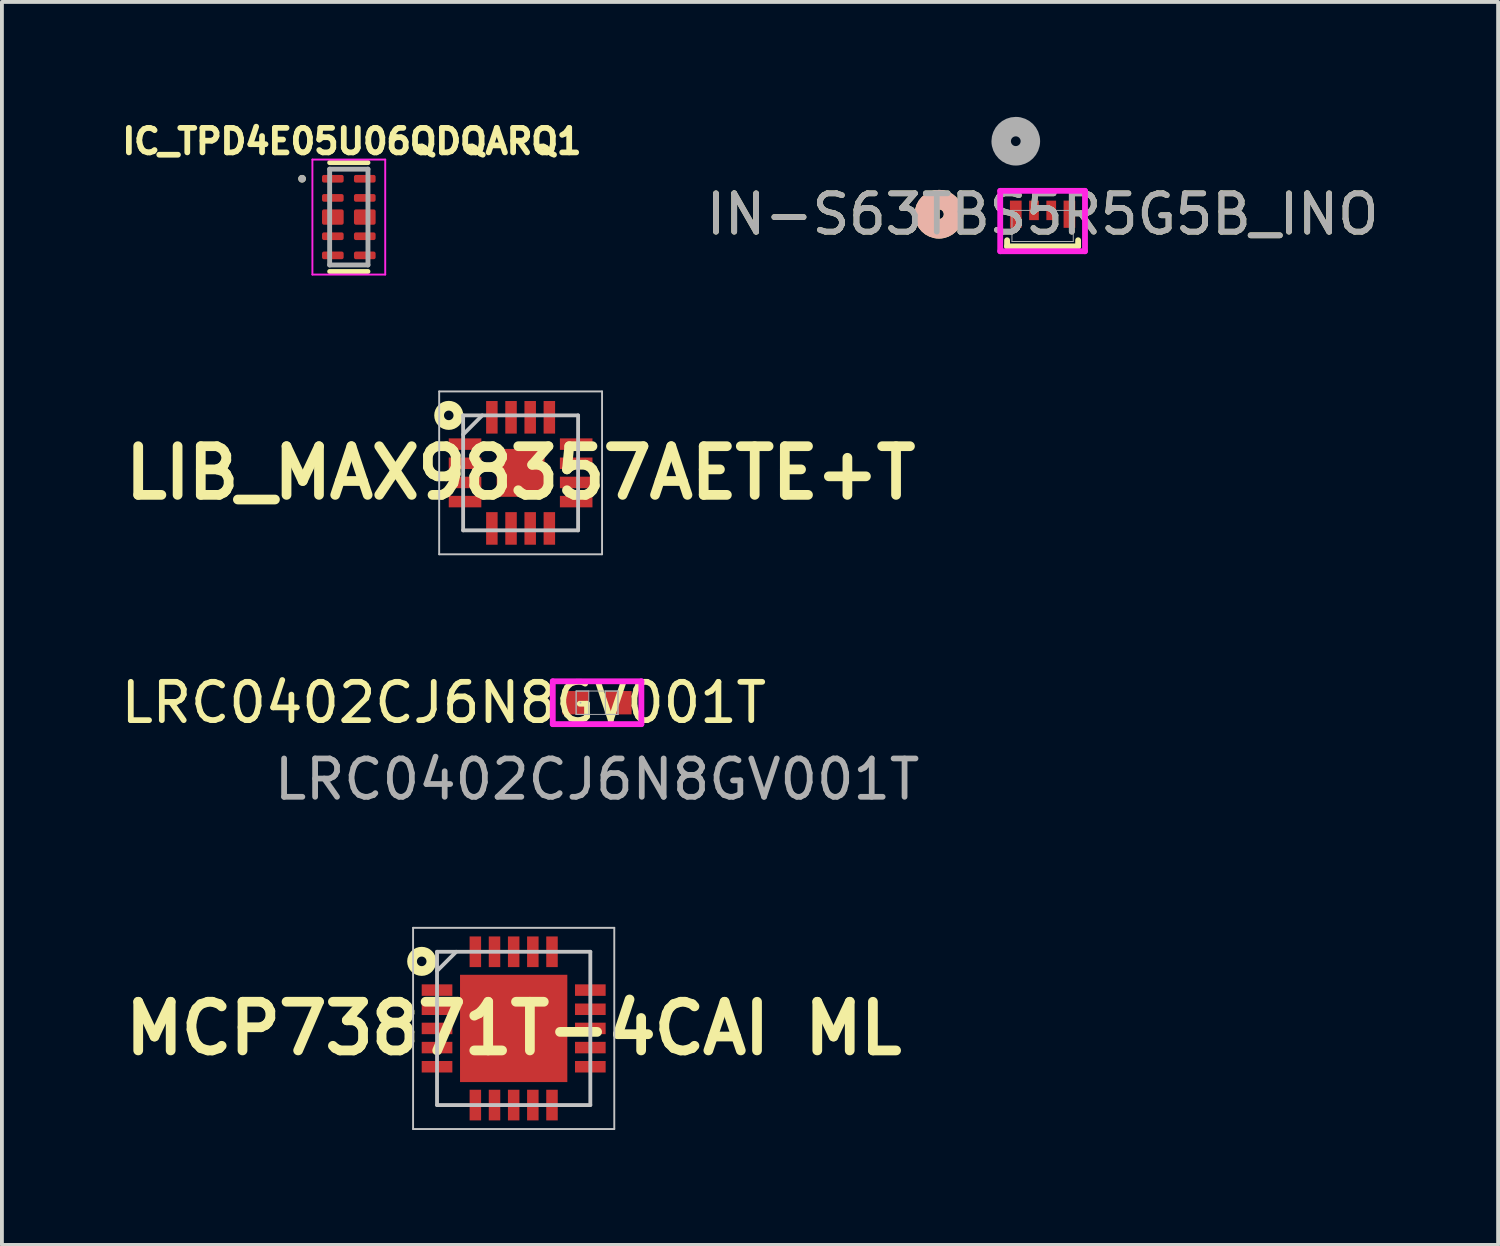
<source format=kicad_pcb>
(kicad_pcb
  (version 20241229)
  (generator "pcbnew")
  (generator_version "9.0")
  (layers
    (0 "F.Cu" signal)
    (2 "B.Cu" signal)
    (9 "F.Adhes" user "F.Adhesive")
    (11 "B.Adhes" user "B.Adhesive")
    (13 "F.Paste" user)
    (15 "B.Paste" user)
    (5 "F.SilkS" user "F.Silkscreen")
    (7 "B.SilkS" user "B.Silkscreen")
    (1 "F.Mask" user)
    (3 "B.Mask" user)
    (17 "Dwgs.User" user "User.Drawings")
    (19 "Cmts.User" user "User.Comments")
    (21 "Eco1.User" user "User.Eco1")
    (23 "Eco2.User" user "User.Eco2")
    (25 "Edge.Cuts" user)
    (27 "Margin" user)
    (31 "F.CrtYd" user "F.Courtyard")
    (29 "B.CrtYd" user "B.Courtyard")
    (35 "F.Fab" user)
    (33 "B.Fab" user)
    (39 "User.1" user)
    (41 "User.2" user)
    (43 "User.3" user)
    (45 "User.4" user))
  (footprint "IN-S63TBS5R5G5B_INO"
    (layer "F.Cu")
    (at 24.156 2.846)
    (property "Reference" "IN-S63TBS5R5G5B_INO" (at 0 -0.306 0) (unlocked yes) (layer "F.SilkS") (effects (font (size 1 1) (thickness 0.15))))
    (attr smd)
    (fp_line (start -0.927 0.373) (end -0.927 0.533) (stroke (width 0.152) (type solid)) (layer "F.SilkS"))
    (fp_line (start -0.927 0.533) (end 0.927 0.533) (stroke (width 0.152) (type solid)) (layer "F.SilkS"))
    (fp_line (start 0.927 0.533) (end 0.927 0.373) (stroke (width 0.152) (type solid)) (layer "F.SilkS"))
    (fp_circle (center -2.705 -0.306) (end -2.324 -0.306) (stroke (width 0.508) (type solid)) (fill no) (layer "F.SilkS"))
    (fp_circle (center -2.705 -0.306) (end -2.324 -0.306) (stroke (width 0.508) (type solid)) (fill no) (layer "B.SilkS"))
    (fp_line (start -1.106 -0.916) (end -1.106 0.66) (stroke (width 0.152) (type solid)) (layer "F.CrtYd"))
    (fp_line (start -1.106 0.66) (end 1.106 0.66) (stroke (width 0.152) (type solid)) (layer "F.CrtYd"))
    (fp_line (start 1.106 -0.916) (end -1.106 -0.916) (stroke (width 0.152) (type solid)) (layer "F.CrtYd"))
    (fp_line (start 1.106 0.66) (end 1.106 -0.916) (stroke (width 0.152) (type solid)) (layer "F.CrtYd"))
    (fp_line (start -0.8 -0.406) (end -0.8 0.406) (stroke (width 0.025) (type solid)) (layer "F.Fab"))
    (fp_line (start -0.8 0.406) (end 0.8 0.406) (stroke (width 0.025) (type solid)) (layer "F.Fab"))
    (fp_line (start 0.8 -0.406) (end -0.8 -0.406) (stroke (width 0.025) (type solid)) (layer "F.Fab"))
    (fp_line (start 0.8 0.406) (end 0.8 -0.406) (stroke (width 0.025) (type solid)) (layer "F.Fab"))
    (fp_circle (center -0.7 -2.211) (end -0.319 -2.211) (stroke (width 0.508) (type solid)) (fill no) (layer "F.Fab"))
    (fp_text user "${REFERENCE}" (at 0 -0.306 0) (unlocked yes) (layer "F.Fab") (effects (font (size 1 1) (thickness 0.15))))
    (pad "1" smd rect (at -0.7 -0.306) (size 0.305 0.711) (layers "F.Cu" "F.Mask" "F.Paste"))
    (pad "2" smd rect (at -0.225 -0.406) (size 0.254 0.508) (layers "F.Cu" "F.Mask" "F.Paste"))
    (pad "3" smd rect (at 0.225 -0.406) (size 0.254 0.508) (layers "F.Cu" "F.Mask" "F.Paste"))
    (pad "4" smd rect (at 0.7 -0.306) (size 0.305 0.711) (layers "F.Cu" "F.Mask" "F.Paste")))
  (footprint "IC_TPD4E05U06QDQARQ1"
    (layer "F.Cu")
    (at 6.052 2.614)
    (property "Reference" "IC_TPD4E05U06QDQARQ1" (at 0.082 -1.976 0) (layer "F.SilkS") (effects (font (size 0.64 0.64) (thickness 0.15))))
    (attr smd)
    (fp_poly (pts (xy -0.77 -1.17) (xy -0.065 -1.17) (xy -0.065 -0.83) (xy -0.77 -0.83)) (stroke (width 0.01) (type solid)) (fill yes) (layer "F.Mask"))
    (fp_poly (pts (xy -0.77 -0.67) (xy -0.065 -0.67) (xy -0.065 -0.33) (xy -0.77 -0.33)) (stroke (width 0.01) (type solid)) (fill yes) (layer "F.Mask"))
    (fp_poly (pts (xy -0.77 -0.27) (xy -0.065 -0.27) (xy -0.065 0.27) (xy -0.77 0.27)) (stroke (width 0.01) (type solid)) (fill yes) (layer "F.Mask"))
    (fp_poly (pts (xy -0.77 0.33) (xy -0.065 0.33) (xy -0.065 0.67) (xy -0.77 0.67)) (stroke (width 0.01) (type solid)) (fill yes) (layer "F.Mask"))
    (fp_poly (pts (xy -0.77 0.83) (xy -0.065 0.83) (xy -0.065 1.17) (xy -0.77 1.17)) (stroke (width 0.01) (type solid)) (fill yes) (layer "F.Mask"))
    (fp_poly (pts (xy 0.065 -1.17) (xy 0.77 -1.17) (xy 0.77 -0.83) (xy 0.065 -0.83)) (stroke (width 0.01) (type solid)) (fill yes) (layer "F.Mask"))
    (fp_poly (pts (xy 0.065 -0.67) (xy 0.77 -0.67) (xy 0.77 -0.33) (xy 0.065 -0.33)) (stroke (width 0.01) (type solid)) (fill yes) (layer "F.Mask"))
    (fp_poly (pts (xy 0.065 -0.27) (xy 0.77 -0.27) (xy 0.77 0.27) (xy 0.065 0.27)) (stroke (width 0.01) (type solid)) (fill yes) (layer "F.Mask"))
    (fp_poly (pts (xy 0.065 0.33) (xy 0.77 0.33) (xy 0.77 0.67) (xy 0.065 0.67)) (stroke (width 0.01) (type solid)) (fill yes) (layer "F.Mask"))
    (fp_poly (pts (xy 0.065 0.83) (xy 0.77 0.83) (xy 0.77 1.17) (xy 0.065 1.17)) (stroke (width 0.01) (type solid)) (fill yes) (layer "F.Mask"))
    (fp_line (start -0.5 -1.42) (end 0.5 -1.42) (stroke (width 0.127) (type solid)) (layer "F.SilkS"))
    (fp_line (start 0.5 1.42) (end -0.5 1.42) (stroke (width 0.127) (type solid)) (layer "F.SilkS"))
    (fp_circle (center -1.22 -1) (end -1.17 -1) (stroke (width 0.1) (type solid)) (fill no) (layer "F.SilkS"))
    (fp_poly (pts (xy -0.65 0.18) (xy -0.185 0.18) (xy -0.182 0.18) (xy -0.18 0.18) (xy -0.177 0.179) (xy -0.175 0.179) (xy -0.172 0.178) (xy -0.17 0.178) (xy -0.167 0.177) (xy -0.165 0.176) (xy -0.162 0.175) (xy -0.16 0.173) (xy -0.158 0.172) (xy -0.156 0.17) (xy -0.154 0.169) (xy -0.152 0.167) (xy -0.15 0.165) (xy -0.148 0.163) (xy -0.146 0.161) (xy -0.145 0.159) (xy -0.143 0.157) (xy -0.142 0.155) (xy -0.14 0.153) (xy -0.139 0.15) (xy -0.138 0.148) (xy -0.137 0.145) (xy -0.137 0.143) (xy -0.136 0.14) (xy -0.136 0.138) (xy -0.135 0.135) (xy -0.135 0.133) (xy -0.135 0.13) (xy -0.135 -0.133) (xy -0.135 -0.135) (xy -0.135 -0.137) (xy -0.136 -0.14) (xy -0.136 -0.142) (xy -0.137 -0.145) (xy -0.137 -0.147) (xy -0.138 -0.15) (xy -0.139 -0.152) (xy -0.14 -0.154) (xy -0.141 -0.156) (xy -0.143 -0.158) (xy -0.144 -0.16) (xy -0.146 -0.162) (xy -0.147 -0.164) (xy -0.149 -0.166) (xy -0.151 -0.168) (xy -0.153 -0.169) (xy -0.155 -0.171) (xy -0.157 -0.172) (xy -0.159 -0.174) (xy -0.161 -0.175) (xy -0.163 -0.176) (xy -0.165 -0.177) (xy -0.168 -0.178) (xy -0.17 -0.178) (xy -0.173 -0.179) (xy -0.175 -0.179) (xy -0.178 -0.18) (xy -0.18 -0.18) (xy -0.182 -0.18) (xy -0.65 -0.18) (xy -0.653 -0.18) (xy -0.655 -0.18) (xy -0.658 -0.179) (xy -0.66 -0.179) (xy -0.663 -0.178) (xy -0.665 -0.178) (xy -0.668 -0.177) (xy -0.67 -0.176) (xy -0.673 -0.175) (xy -0.675 -0.173) (xy -0.677 -0.172) (xy -0.679 -0.17) (xy -0.681 -0.169) (xy -0.683 -0.167) (xy -0.685 -0.165) (xy -0.687 -0.163) (xy -0.689 -0.161) (xy -0.69 -0.159) (xy -0.692 -0.157) (xy -0.693 -0.155) (xy -0.695 -0.153) (xy -0.696 -0.15) (xy -0.697 -0.148) (xy -0.698 -0.145) (xy -0.698 -0.143) (xy -0.699 -0.14) (xy -0.699 -0.138) (xy -0.7 -0.135) (xy -0.7 -0.133) (xy -0.7 -0.13) (xy -0.7 0.13) (xy -0.7 0.133) (xy -0.7 0.135) (xy -0.699 0.138) (xy -0.699 0.14) (xy -0.698 0.143) (xy -0.698 0.145) (xy -0.697 0.148) (xy -0.696 0.15) (xy -0.695 0.153) (xy -0.693 0.155) (xy -0.692 0.157) (xy -0.69 0.159) (xy -0.689 0.161) (xy -0.687 0.163) (xy -0.685 0.165) (xy -0.683 0.167) (xy -0.681 0.169) (xy -0.679 0.17) (xy -0.677 0.172) (xy -0.675 0.173) (xy -0.673 0.175) (xy -0.67 0.176) (xy -0.668 0.177) (xy -0.665 0.178) (xy -0.663 0.178) (xy -0.66 0.179) (xy -0.658 0.179) (xy -0.655 0.18) (xy -0.653 0.18) (xy -0.65 0.18)) (stroke (width 0.01) (type solid)) (fill yes) (layer "F.Paste"))
    (fp_poly (pts (xy 0.185 0.18) (xy 0.65 0.18) (xy 0.653 0.18) (xy 0.655 0.18) (xy 0.658 0.179) (xy 0.66 0.179) (xy 0.663 0.178) (xy 0.665 0.178) (xy 0.668 0.177) (xy 0.67 0.176) (xy 0.673 0.175) (xy 0.675 0.173) (xy 0.677 0.172) (xy 0.679 0.17) (xy 0.681 0.169) (xy 0.683 0.167) (xy 0.685 0.165) (xy 0.687 0.163) (xy 0.689 0.161) (xy 0.69 0.159) (xy 0.692 0.157) (xy 0.693 0.155) (xy 0.695 0.153) (xy 0.696 0.15) (xy 0.697 0.148) (xy 0.698 0.145) (xy 0.698 0.143) (xy 0.699 0.14) (xy 0.699 0.138) (xy 0.7 0.135) (xy 0.7 0.133) (xy 0.7 0.13) (xy 0.7 -0.133) (xy 0.7 -0.135) (xy 0.7 -0.137) (xy 0.699 -0.14) (xy 0.699 -0.142) (xy 0.698 -0.145) (xy 0.698 -0.147) (xy 0.697 -0.15) (xy 0.696 -0.152) (xy 0.695 -0.154) (xy 0.694 -0.156) (xy 0.692 -0.158) (xy 0.691 -0.16) (xy 0.689 -0.162) (xy 0.688 -0.164) (xy 0.686 -0.166) (xy 0.684 -0.168) (xy 0.682 -0.169) (xy 0.68 -0.171) (xy 0.678 -0.172) (xy 0.676 -0.174) (xy 0.674 -0.175) (xy 0.672 -0.176) (xy 0.67 -0.177) (xy 0.667 -0.178) (xy 0.665 -0.178) (xy 0.662 -0.179) (xy 0.66 -0.179) (xy 0.657 -0.18) (xy 0.655 -0.18) (xy 0.652 -0.18) (xy 0.185 -0.18) (xy 0.182 -0.18) (xy 0.18 -0.18) (xy 0.177 -0.179) (xy 0.175 -0.179) (xy 0.172 -0.178) (xy 0.17 -0.178) (xy 0.167 -0.177) (xy 0.165 -0.176) (xy 0.162 -0.175) (xy 0.16 -0.173) (xy 0.158 -0.172) (xy 0.156 -0.17) (xy 0.154 -0.169) (xy 0.152 -0.167) (xy 0.15 -0.165) (xy 0.148 -0.163) (xy 0.146 -0.161) (xy 0.145 -0.159) (xy 0.143 -0.157) (xy 0.142 -0.155) (xy 0.14 -0.153) (xy 0.139 -0.15) (xy 0.138 -0.148) (xy 0.137 -0.145) (xy 0.137 -0.143) (xy 0.136 -0.14) (xy 0.136 -0.138) (xy 0.135 -0.135) (xy 0.135 -0.133) (xy 0.135 -0.13) (xy 0.135 0.13) (xy 0.135 0.133) (xy 0.135 0.135) (xy 0.136 0.138) (xy 0.136 0.14) (xy 0.137 0.143) (xy 0.137 0.145) (xy 0.138 0.148) (xy 0.139 0.15) (xy 0.14 0.153) (xy 0.142 0.155) (xy 0.143 0.157) (xy 0.145 0.159) (xy 0.146 0.161) (xy 0.148 0.163) (xy 0.15 0.165) (xy 0.152 0.167) (xy 0.154 0.169) (xy 0.156 0.17) (xy 0.158 0.172) (xy 0.16 0.173) (xy 0.162 0.175) (xy 0.165 0.176) (xy 0.167 0.177) (xy 0.17 0.178) (xy 0.172 0.178) (xy 0.175 0.179) (xy 0.177 0.179) (xy 0.18 0.18) (xy 0.182 0.18) (xy 0.185 0.18)) (stroke (width 0.01) (type solid)) (fill yes) (layer "F.Paste"))
    (fp_line (start -0.95 -1.5) (end 0.95 -1.5) (stroke (width 0.05) (type solid)) (layer "F.CrtYd"))
    (fp_line (start -0.95 1.5) (end -0.95 -1.5) (stroke (width 0.05) (type solid)) (layer "F.CrtYd"))
    (fp_line (start 0.95 -1.5) (end 0.95 1.5) (stroke (width 0.05) (type solid)) (layer "F.CrtYd"))
    (fp_line (start 0.95 1.5) (end -0.95 1.5) (stroke (width 0.05) (type solid)) (layer "F.CrtYd"))
    (fp_line (start -0.5 -1.25) (end 0.5 -1.25) (stroke (width 0.127) (type solid)) (layer "F.Fab"))
    (fp_line (start -0.5 1.25) (end -0.5 -1.25) (stroke (width 0.127) (type solid)) (layer "F.Fab"))
    (fp_line (start 0.5 -1.25) (end 0.5 1.25) (stroke (width 0.127) (type solid)) (layer "F.Fab"))
    (fp_line (start 0.5 1.25) (end -0.5 1.25) (stroke (width 0.127) (type solid)) (layer "F.Fab"))
    (fp_circle (center -1.22 -1) (end -1.17 -1) (stroke (width 0.1) (type solid)) (fill no) (layer "F.Fab"))
    (pad "1" smd roundrect (at -0.417 -1) (size 0.565 0.2) (layers "F.Cu" "F.Paste") (roundrect_rratio 0.25))
    (pad "2" smd roundrect (at -0.417 -0.5) (size 0.565 0.2) (layers "F.Cu" "F.Paste") (roundrect_rratio 0.25))
    (pad "3" smd roundrect (at -0.417 0) (size 0.565 0.4) (layers "F.Cu") (roundrect_rratio 0.125))
    (pad "4" smd roundrect (at -0.417 0.5) (size 0.565 0.2) (layers "F.Cu" "F.Paste") (roundrect_rratio 0.25))
    (pad "5" smd roundrect (at -0.417 1) (size 0.565 0.2) (layers "F.Cu" "F.Paste") (roundrect_rratio 0.25))
    (pad "6" smd roundrect (at 0.417 1) (size 0.565 0.2) (layers "F.Cu" "F.Paste") (roundrect_rratio 0.25))
    (pad "7" smd roundrect (at 0.417 0.5) (size 0.565 0.2) (layers "F.Cu" "F.Paste") (roundrect_rratio 0.25))
    (pad "8" smd roundrect (at 0.417 0) (size 0.565 0.4) (layers "F.Cu") (roundrect_rratio 0.125))
    (pad "9" smd roundrect (at 0.417 -0.5) (size 0.565 0.2) (layers "F.Cu" "F.Paste") (roundrect_rratio 0.25))
    (pad "10" smd roundrect (at 0.417 -1) (size 0.565 0.2) (layers "F.Cu" "F.Paste") (roundrect_rratio 0.25)))
  (footprint "LIB_MAX98357AETE+T"
    (layer "F.Cu")
    (at 10.535 9.289)
    (property "Reference" "LIB_MAX98357AETE+T" (at 0 0 0) (layer "F.SilkS") (effects (font (size 1.27 1.27) (thickness 0.254))))
    (attr smd)
    (fp_circle (center -1.875 -1.5) (end -1.75 -1.5) (stroke (width 0.254) (type solid)) (fill no) (layer "F.SilkS"))
    (fp_line (start -2.125 -2.125) (end 2.125 -2.125) (stroke (width 0.05) (type solid)) (layer "Dwgs.User"))
    (fp_line (start -2.125 2.125) (end -2.125 -2.125) (stroke (width 0.05) (type solid)) (layer "Dwgs.User"))
    (fp_line (start -1.5 -1.5) (end 1.5 -1.5) (stroke (width 0.1) (type solid)) (layer "Dwgs.User"))
    (fp_line (start -1.5 -1) (end -1 -1.5) (stroke (width 0.1) (type solid)) (layer "Dwgs.User"))
    (fp_line (start -1.5 1.5) (end -1.5 -1.5) (stroke (width 0.1) (type solid)) (layer "Dwgs.User"))
    (fp_line (start 1.5 -1.5) (end 1.5 1.5) (stroke (width 0.1) (type solid)) (layer "Dwgs.User"))
    (fp_line (start 1.5 1.5) (end -1.5 1.5) (stroke (width 0.1) (type solid)) (layer "Dwgs.User"))
    (fp_line (start 2.125 -2.125) (end 2.125 2.125) (stroke (width 0.05) (type solid)) (layer "Dwgs.User"))
    (fp_line (start 2.125 2.125) (end -2.125 2.125) (stroke (width 0.05) (type solid)) (layer "Dwgs.User"))
    (pad "1" smd rect (at -1.45 -0.75 90) (size 0.3 0.85) (layers "F.Cu" "F.Mask" "F.Paste"))
    (pad "2" smd rect (at -1.45 -0.25 90) (size 0.3 0.85) (layers "F.Cu" "F.Mask" "F.Paste"))
    (pad "3" smd rect (at -1.45 0.25 90) (size 0.3 0.85) (layers "F.Cu" "F.Mask" "F.Paste"))
    (pad "4" smd rect (at -1.45 0.75 90) (size 0.3 0.85) (layers "F.Cu" "F.Mask" "F.Paste"))
    (pad "5" smd rect (at -0.75 1.45) (size 0.3 0.85) (layers "F.Cu" "F.Mask" "F.Paste"))
    (pad "6" smd rect (at -0.25 1.45) (size 0.3 0.85) (layers "F.Cu" "F.Mask" "F.Paste"))
    (pad "7" smd rect (at 0.25 1.45) (size 0.3 0.85) (layers "F.Cu" "F.Mask" "F.Paste"))
    (pad "8" smd rect (at 0.75 1.45) (size 0.3 0.85) (layers "F.Cu" "F.Mask" "F.Paste"))
    (pad "9" smd rect (at 1.45 0.75 90) (size 0.3 0.85) (layers "F.Cu" "F.Mask" "F.Paste"))
    (pad "10" smd rect (at 1.45 0.25 90) (size 0.3 0.85) (layers "F.Cu" "F.Mask" "F.Paste"))
    (pad "11" smd rect (at 1.45 -0.25 90) (size 0.3 0.85) (layers "F.Cu" "F.Mask" "F.Paste"))
    (pad "12" smd rect (at 1.45 -0.75 90) (size 0.3 0.85) (layers "F.Cu" "F.Mask" "F.Paste"))
    (pad "13" smd rect (at 0.75 -1.45) (size 0.3 0.85) (layers "F.Cu" "F.Mask" "F.Paste"))
    (pad "14" smd rect (at 0.25 -1.45) (size 0.3 0.85) (layers "F.Cu" "F.Mask" "F.Paste"))
    (pad "15" smd rect (at -0.25 -1.45) (size 0.3 0.85) (layers "F.Cu" "F.Mask" "F.Paste"))
    (pad "16" smd rect (at -0.75 -1.45) (size 0.3 0.85) (layers "F.Cu" "F.Mask" "F.Paste"))
    (pad "17" smd rect (at 0 0) (size 1.25 1.25) (layers "F.Cu" "F.Mask" "F.Paste")))
  (footprint "MCP73871T-4CAI ML"
    (layer "F.Cu")
    (at 10.354 23.786)
    (property "Reference" "MCP73871T-4CAI ML" (at 0 0 0) (layer "F.SilkS") (effects (font (size 1.27 1.27) (thickness 0.254))))
    (attr smd)
    (fp_circle (center -2.4 -1.75) (end -2.275 -1.75) (stroke (width 0.254) (type solid)) (fill no) (layer "F.SilkS"))
    (fp_line (start -2.625 -2.625) (end 2.625 -2.625) (stroke (width 0.05) (type solid)) (layer "Dwgs.User"))
    (fp_line (start -2.625 2.625) (end -2.625 -2.625) (stroke (width 0.05) (type solid)) (layer "Dwgs.User"))
    (fp_line (start -2 -2) (end 2 -2) (stroke (width 0.1) (type solid)) (layer "Dwgs.User"))
    (fp_line (start -2 -1.5) (end -1.5 -2) (stroke (width 0.1) (type solid)) (layer "Dwgs.User"))
    (fp_line (start -2 2) (end -2 -2) (stroke (width 0.1) (type solid)) (layer "Dwgs.User"))
    (fp_line (start 2 -2) (end 2 2) (stroke (width 0.1) (type solid)) (layer "Dwgs.User"))
    (fp_line (start 2 2) (end -2 2) (stroke (width 0.1) (type solid)) (layer "Dwgs.User"))
    (fp_line (start 2.625 -2.625) (end 2.625 2.625) (stroke (width 0.05) (type solid)) (layer "Dwgs.User"))
    (fp_line (start 2.625 2.625) (end -2.625 2.625) (stroke (width 0.05) (type solid)) (layer "Dwgs.User"))
    (pad "1" smd rect (at -2 -1 90) (size 0.3 0.8) (layers "F.Cu" "F.Mask" "F.Paste"))
    (pad "2" smd rect (at -2 -0.5 90) (size 0.3 0.8) (layers "F.Cu" "F.Mask" "F.Paste"))
    (pad "3" smd rect (at -2 0 90) (size 0.3 0.8) (layers "F.Cu" "F.Mask" "F.Paste"))
    (pad "4" smd rect (at -2 0.5 90) (size 0.3 0.8) (layers "F.Cu" "F.Mask" "F.Paste"))
    (pad "5" smd rect (at -2 1 90) (size 0.3 0.8) (layers "F.Cu" "F.Mask" "F.Paste"))
    (pad "6" smd rect (at -1 2) (size 0.3 0.8) (layers "F.Cu" "F.Mask" "F.Paste"))
    (pad "7" smd rect (at -0.5 2) (size 0.3 0.8) (layers "F.Cu" "F.Mask" "F.Paste"))
    (pad "8" smd rect (at 0 2) (size 0.3 0.8) (layers "F.Cu" "F.Mask" "F.Paste"))
    (pad "9" smd rect (at 0.5 2) (size 0.3 0.8) (layers "F.Cu" "F.Mask" "F.Paste"))
    (pad "10" smd rect (at 1 2) (size 0.3 0.8) (layers "F.Cu" "F.Mask" "F.Paste"))
    (pad "11" smd rect (at 2 1 90) (size 0.3 0.8) (layers "F.Cu" "F.Mask" "F.Paste"))
    (pad "12" smd rect (at 2 0.5 90) (size 0.3 0.8) (layers "F.Cu" "F.Mask" "F.Paste"))
    (pad "13" smd rect (at 2 0 90) (size 0.3 0.8) (layers "F.Cu" "F.Mask" "F.Paste"))
    (pad "14" smd rect (at 2 -0.5 90) (size 0.3 0.8) (layers "F.Cu" "F.Mask" "F.Paste"))
    (pad "15" smd rect (at 2 -1 90) (size 0.3 0.8) (layers "F.Cu" "F.Mask" "F.Paste"))
    (pad "16" smd rect (at 1 -2) (size 0.3 0.8) (layers "F.Cu" "F.Mask" "F.Paste"))
    (pad "17" smd rect (at 0.5 -2) (size 0.3 0.8) (layers "F.Cu" "F.Mask" "F.Paste"))
    (pad "18" smd rect (at 0 -2) (size 0.3 0.8) (layers "F.Cu" "F.Mask" "F.Paste"))
    (pad "19" smd rect (at -0.5 -2) (size 0.3 0.8) (layers "F.Cu" "F.Mask" "F.Paste"))
    (pad "20" smd rect (at -1 -2) (size 0.3 0.8) (layers "F.Cu" "F.Mask" "F.Paste"))
    (pad "21" smd rect (at 0 0) (size 2.8 2.8) (layers "F.Cu" "F.Mask" "F.Paste")))
  (footprint "LRC0402CJ6N8GV001T"
    (layer "F.Cu")
    (at 12.53 15.287)
    (property "Reference" "LRC0402CJ6N8GV001T" (at -4 0 0) (unlocked yes) (layer "F.SilkS") (effects (font (size 1 1) (thickness 0.15))))
    (attr smd)
    (fp_line (start -1.156 -0.559) (end 1.156 -0.559) (stroke (width 0.152) (type solid)) (layer "F.CrtYd"))
    (fp_line (start -1.156 0.559) (end -1.156 -0.559) (stroke (width 0.152) (type solid)) (layer "F.CrtYd"))
    (fp_line (start 1.156 -0.559) (end 1.156 0.559) (stroke (width 0.152) (type solid)) (layer "F.CrtYd"))
    (fp_line (start 1.156 0.559) (end -1.156 0.559) (stroke (width 0.152) (type solid)) (layer "F.CrtYd"))
    (fp_line (start -0.546 -0.305) (end -0.546 0.305) (stroke (width 0.025) (type solid)) (layer "F.Fab"))
    (fp_line (start -0.546 -0.305) (end -0.546 0.305) (stroke (width 0.025) (type solid)) (layer "F.Fab"))
    (fp_line (start -0.546 0.305) (end -0.216 0.305) (stroke (width 0.025) (type solid)) (layer "F.Fab"))
    (fp_line (start -0.546 0.305) (end 0.546 0.305) (stroke (width 0.025) (type solid)) (layer "F.Fab"))
    (fp_line (start -0.216 -0.305) (end -0.546 -0.305) (stroke (width 0.025) (type solid)) (layer "F.Fab"))
    (fp_line (start -0.216 0.305) (end -0.216 -0.305) (stroke (width 0.025) (type solid)) (layer "F.Fab"))
    (fp_line (start 0.216 -0.305) (end 0.216 0.305) (stroke (width 0.025) (type solid)) (layer "F.Fab"))
    (fp_line (start 0.216 0.305) (end 0.546 0.305) (stroke (width 0.025) (type solid)) (layer "F.Fab"))
    (fp_line (start 0.546 -0.305) (end -0.546 -0.305) (stroke (width 0.025) (type solid)) (layer "F.Fab"))
    (fp_line (start 0.546 -0.305) (end 0.216 -0.305) (stroke (width 0.025) (type solid)) (layer "F.Fab"))
    (fp_line (start 0.546 0.305) (end 0.546 -0.305) (stroke (width 0.025) (type solid)) (layer "F.Fab"))
    (fp_line (start 0.546 0.305) (end 0.546 -0.305) (stroke (width 0.025) (type solid)) (layer "F.Fab"))
    (fp_circle (center -0.432 0) (end -0.432 0) (stroke (width 0.025) (type solid)) (fill no) (layer "F.Fab"))
    (fp_text user "${REFERENCE}" (at 0 2 0) (unlocked yes) (layer "F.Fab") (effects (font (size 1 1) (thickness 0.15))))
    (pad "1" smd rect (at -0.559 0) (size 0.686 0.61) (layers "F.Cu" "F.Mask" "F.Paste"))
    (pad "2" smd rect (at 0.559 0) (size 0.686 0.61) (layers "F.Cu" "F.Mask" "F.Paste"))
    (zone (net_name "") (layer "F.Cu") (hatch full 0.508) (connect_pads) (min_thickness 0.254) (filled_areas_thickness no) (keepout (tracks not_allowed) (vias not_allowed) (pads allowed) (copperpour not_allowed) (footprints allowed)) (placement (enabled no)) (fill) (polygon (pts (xy 12.365 15.033) (xy 12.695 15.033) (xy 12.695 15.541) (xy 12.365 15.541)))))
  (gr_rect
    (start -3 -3)
    (end 36.042 29.436)
    (stroke (width 0.1) (type default))
    (fill no)
    (layer "Edge.Cuts")))
</source>
